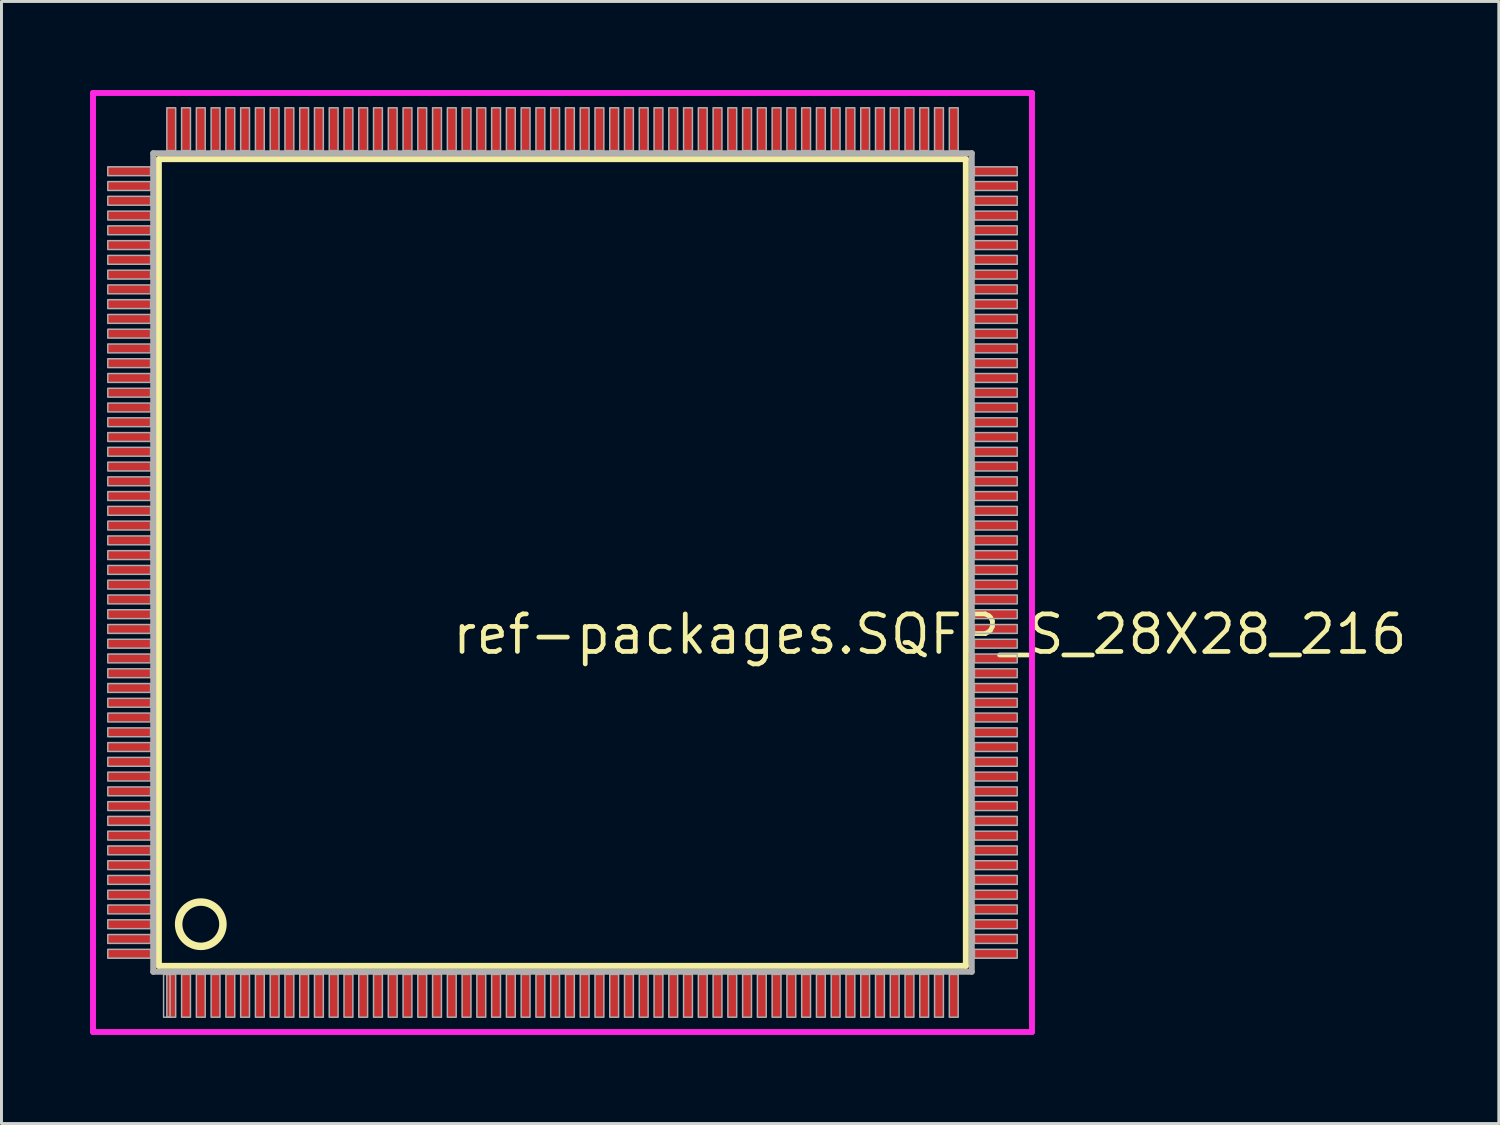
<source format=kicad_pcb>
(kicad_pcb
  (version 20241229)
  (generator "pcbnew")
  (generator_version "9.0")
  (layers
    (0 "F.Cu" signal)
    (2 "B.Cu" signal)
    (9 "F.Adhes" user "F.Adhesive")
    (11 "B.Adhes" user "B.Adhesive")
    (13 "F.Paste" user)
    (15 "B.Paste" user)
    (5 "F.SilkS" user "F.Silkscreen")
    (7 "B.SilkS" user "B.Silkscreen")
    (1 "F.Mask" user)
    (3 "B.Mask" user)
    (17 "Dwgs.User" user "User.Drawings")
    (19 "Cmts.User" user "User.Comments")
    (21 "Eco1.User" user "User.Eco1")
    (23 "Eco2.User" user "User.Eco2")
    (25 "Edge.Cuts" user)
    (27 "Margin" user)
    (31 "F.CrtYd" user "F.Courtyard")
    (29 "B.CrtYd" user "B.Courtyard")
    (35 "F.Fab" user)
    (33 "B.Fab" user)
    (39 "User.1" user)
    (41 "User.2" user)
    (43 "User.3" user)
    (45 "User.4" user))
  (footprint "ref-packages.SQFP_S_28X28_216"
    (layer "F.Cu")
    (at 16 16)
    (property "Reference" "ref-packages.SQFP_S_28X28_216" (at -3.81 3.175 0) (layer "F.SilkS") (effects (font (size 1.27 1.27) (thickness 0.16)) (justify left bottom)))
    (attr smd)
    (fp_line (start -13.67 -13.66) (end 13.66 -13.66) (stroke (width 0.203) (type default)) (layer "F.SilkS"))
    (fp_line (start -13.67 13.66) (end -13.67 -13.66) (stroke (width 0.203) (type default)) (layer "F.SilkS"))
    (fp_line (start 13.66 -13.66) (end 13.66 13.66) (stroke (width 0.203) (type default)) (layer "F.SilkS"))
    (fp_line (start 13.66 13.66) (end -13.67 13.66) (stroke (width 0.203) (type default)) (layer "F.SilkS"))
    (fp_circle (center -12.25 12.25) (end -11.5 12.25) (stroke (width 0.254) (type default)) (fill no) (layer "F.SilkS"))
    (fp_line (start -15.9 -15.9) (end 15.9 -15.9) (stroke (width 0.2) (type default)) (layer "F.CrtYd"))
    (fp_line (start -15.9 15.9) (end -15.9 -15.9) (stroke (width 0.2) (type default)) (layer "F.CrtYd"))
    (fp_line (start 15.9 -15.9) (end 15.9 15.9) (stroke (width 0.2) (type default)) (layer "F.CrtYd"))
    (fp_line (start 15.9 15.9) (end -15.9 15.9) (stroke (width 0.2) (type default)) (layer "F.CrtYd"))
    (fp_line (start -13.86 -13.86) (end -13.86 13.86) (stroke (width 0.203) (type default)) (layer "F.Fab"))
    (fp_line (start -13.86 13.86) (end 13.86 13.86) (stroke (width 0.203) (type default)) (layer "F.Fab"))
    (fp_line (start 13.86 -13.86) (end -13.86 -13.86) (stroke (width 0.203) (type default)) (layer "F.Fab"))
    (fp_line (start 13.86 13.86) (end 13.86 -13.86) (stroke (width 0.203) (type default)) (layer "F.Fab"))
    (fp_rect (start -15.4 -13.1) (end -13.95 -13.4) (stroke (width 0.05) (type default)) (fill no) (layer "F.Fab"))
    (fp_rect (start -15.4 -12.6) (end -13.95 -12.9) (stroke (width 0.05) (type default)) (fill no) (layer "F.Fab"))
    (fp_rect (start -15.4 -12.1) (end -13.95 -12.4) (stroke (width 0.05) (type default)) (fill no) (layer "F.Fab"))
    (fp_rect (start -15.4 -11.6) (end -13.95 -11.9) (stroke (width 0.05) (type default)) (fill no) (layer "F.Fab"))
    (fp_rect (start -15.4 -11.1) (end -13.95 -11.4) (stroke (width 0.05) (type default)) (fill no) (layer "F.Fab"))
    (fp_rect (start -15.4 -10.6) (end -13.95 -10.9) (stroke (width 0.05) (type default)) (fill no) (layer "F.Fab"))
    (fp_rect (start -15.4 -10.1) (end -13.95 -10.4) (stroke (width 0.05) (type default)) (fill no) (layer "F.Fab"))
    (fp_rect (start -15.4 -9.6) (end -13.95 -9.9) (stroke (width 0.05) (type default)) (fill no) (layer "F.Fab"))
    (fp_rect (start -15.4 -9.1) (end -13.95 -9.4) (stroke (width 0.05) (type default)) (fill no) (layer "F.Fab"))
    (fp_rect (start -15.4 -8.6) (end -13.95 -8.9) (stroke (width 0.05) (type default)) (fill no) (layer "F.Fab"))
    (fp_rect (start -15.4 -8.1) (end -13.95 -8.4) (stroke (width 0.05) (type default)) (fill no) (layer "F.Fab"))
    (fp_rect (start -15.4 -7.6) (end -13.95 -7.9) (stroke (width 0.05) (type default)) (fill no) (layer "F.Fab"))
    (fp_rect (start -15.4 -7.1) (end -13.95 -7.4) (stroke (width 0.05) (type default)) (fill no) (layer "F.Fab"))
    (fp_rect (start -15.4 -6.6) (end -13.95 -6.9) (stroke (width 0.05) (type default)) (fill no) (layer "F.Fab"))
    (fp_rect (start -15.4 -6.1) (end -13.95 -6.4) (stroke (width 0.05) (type default)) (fill no) (layer "F.Fab"))
    (fp_rect (start -15.4 -5.6) (end -13.95 -5.9) (stroke (width 0.05) (type default)) (fill no) (layer "F.Fab"))
    (fp_rect (start -15.4 -5.1) (end -13.95 -5.4) (stroke (width 0.05) (type default)) (fill no) (layer "F.Fab"))
    (fp_rect (start -15.4 -4.6) (end -13.95 -4.9) (stroke (width 0.05) (type default)) (fill no) (layer "F.Fab"))
    (fp_rect (start -15.4 -4.1) (end -13.95 -4.4) (stroke (width 0.05) (type default)) (fill no) (layer "F.Fab"))
    (fp_rect (start -15.4 -3.6) (end -13.95 -3.9) (stroke (width 0.05) (type default)) (fill no) (layer "F.Fab"))
    (fp_rect (start -15.4 -3.1) (end -13.95 -3.4) (stroke (width 0.05) (type default)) (fill no) (layer "F.Fab"))
    (fp_rect (start -15.4 -2.6) (end -13.95 -2.9) (stroke (width 0.05) (type default)) (fill no) (layer "F.Fab"))
    (fp_rect (start -15.4 -2.1) (end -13.95 -2.4) (stroke (width 0.05) (type default)) (fill no) (layer "F.Fab"))
    (fp_rect (start -15.4 -1.6) (end -13.95 -1.9) (stroke (width 0.05) (type default)) (fill no) (layer "F.Fab"))
    (fp_rect (start -15.4 -1.1) (end -13.95 -1.4) (stroke (width 0.05) (type default)) (fill no) (layer "F.Fab"))
    (fp_rect (start -15.4 -0.6) (end -13.95 -0.9) (stroke (width 0.05) (type default)) (fill no) (layer "F.Fab"))
    (fp_rect (start -15.4 -0.1) (end -13.95 -0.4) (stroke (width 0.05) (type default)) (fill no) (layer "F.Fab"))
    (fp_rect (start -15.4 0.4) (end -13.95 0.1) (stroke (width 0.05) (type default)) (fill no) (layer "F.Fab"))
    (fp_rect (start -15.4 0.9) (end -13.95 0.6) (stroke (width 0.05) (type default)) (fill no) (layer "F.Fab"))
    (fp_rect (start -15.4 1.4) (end -13.95 1.1) (stroke (width 0.05) (type default)) (fill no) (layer "F.Fab"))
    (fp_rect (start -15.4 1.9) (end -13.95 1.6) (stroke (width 0.05) (type default)) (fill no) (layer "F.Fab"))
    (fp_rect (start -15.4 2.4) (end -13.95 2.1) (stroke (width 0.05) (type default)) (fill no) (layer "F.Fab"))
    (fp_rect (start -15.4 2.9) (end -13.95 2.6) (stroke (width 0.05) (type default)) (fill no) (layer "F.Fab"))
    (fp_rect (start -15.4 3.4) (end -13.95 3.1) (stroke (width 0.05) (type default)) (fill no) (layer "F.Fab"))
    (fp_rect (start -15.4 3.9) (end -13.95 3.6) (stroke (width 0.05) (type default)) (fill no) (layer "F.Fab"))
    (fp_rect (start -15.4 4.4) (end -13.95 4.1) (stroke (width 0.05) (type default)) (fill no) (layer "F.Fab"))
    (fp_rect (start -15.4 4.9) (end -13.95 4.6) (stroke (width 0.05) (type default)) (fill no) (layer "F.Fab"))
    (fp_rect (start -15.4 5.4) (end -13.95 5.1) (stroke (width 0.05) (type default)) (fill no) (layer "F.Fab"))
    (fp_rect (start -15.4 5.9) (end -13.95 5.6) (stroke (width 0.05) (type default)) (fill no) (layer "F.Fab"))
    (fp_rect (start -15.4 6.4) (end -13.95 6.1) (stroke (width 0.05) (type default)) (fill no) (layer "F.Fab"))
    (fp_rect (start -15.4 6.9) (end -13.95 6.6) (stroke (width 0.05) (type default)) (fill no) (layer "F.Fab"))
    (fp_rect (start -15.4 7.4) (end -13.95 7.1) (stroke (width 0.05) (type default)) (fill no) (layer "F.Fab"))
    (fp_rect (start -15.4 7.9) (end -13.95 7.6) (stroke (width 0.05) (type default)) (fill no) (layer "F.Fab"))
    (fp_rect (start -15.4 8.4) (end -13.95 8.1) (stroke (width 0.05) (type default)) (fill no) (layer "F.Fab"))
    (fp_rect (start -15.4 8.9) (end -13.95 8.6) (stroke (width 0.05) (type default)) (fill no) (layer "F.Fab"))
    (fp_rect (start -15.4 9.4) (end -13.95 9.1) (stroke (width 0.05) (type default)) (fill no) (layer "F.Fab"))
    (fp_rect (start -15.4 9.9) (end -13.95 9.6) (stroke (width 0.05) (type default)) (fill no) (layer "F.Fab"))
    (fp_rect (start -15.4 10.4) (end -13.95 10.1) (stroke (width 0.05) (type default)) (fill no) (layer "F.Fab"))
    (fp_rect (start -15.4 10.9) (end -13.95 10.6) (stroke (width 0.05) (type default)) (fill no) (layer "F.Fab"))
    (fp_rect (start -15.4 11.4) (end -13.95 11.1) (stroke (width 0.05) (type default)) (fill no) (layer "F.Fab"))
    (fp_rect (start -15.4 11.9) (end -13.95 11.6) (stroke (width 0.05) (type default)) (fill no) (layer "F.Fab"))
    (fp_rect (start -15.4 12.4) (end -13.95 12.1) (stroke (width 0.05) (type default)) (fill no) (layer "F.Fab"))
    (fp_rect (start -15.4 12.9) (end -13.95 12.6) (stroke (width 0.05) (type default)) (fill no) (layer "F.Fab"))
    (fp_rect (start -15.4 13.4) (end -13.95 13.1) (stroke (width 0.05) (type default)) (fill no) (layer "F.Fab"))
    (fp_rect (start -13.51 15.4) (end -13.29 13.95) (stroke (width 0.05) (type default)) (fill no) (layer "F.Fab"))
    (fp_rect (start -13.4 -13.95) (end -13.1 -15.4) (stroke (width 0.05) (type default)) (fill no) (layer "F.Fab"))
    (fp_rect (start -13.4 15.4) (end -13.1 13.95) (stroke (width 0.05) (type default)) (fill no) (layer "F.Fab"))
    (fp_rect (start -12.9 -13.95) (end -12.6 -15.4) (stroke (width 0.05) (type default)) (fill no) (layer "F.Fab"))
    (fp_rect (start -12.9 15.4) (end -12.6 13.95) (stroke (width 0.05) (type default)) (fill no) (layer "F.Fab"))
    (fp_rect (start -12.4 -13.95) (end -12.1 -15.4) (stroke (width 0.05) (type default)) (fill no) (layer "F.Fab"))
    (fp_rect (start -12.4 15.4) (end -12.1 13.95) (stroke (width 0.05) (type default)) (fill no) (layer "F.Fab"))
    (fp_rect (start -11.9 -13.95) (end -11.6 -15.4) (stroke (width 0.05) (type default)) (fill no) (layer "F.Fab"))
    (fp_rect (start -11.9 15.4) (end -11.6 13.95) (stroke (width 0.05) (type default)) (fill no) (layer "F.Fab"))
    (fp_rect (start -11.4 -13.95) (end -11.1 -15.4) (stroke (width 0.05) (type default)) (fill no) (layer "F.Fab"))
    (fp_rect (start -11.4 15.4) (end -11.1 13.95) (stroke (width 0.05) (type default)) (fill no) (layer "F.Fab"))
    (fp_rect (start -10.9 -13.95) (end -10.6 -15.4) (stroke (width 0.05) (type default)) (fill no) (layer "F.Fab"))
    (fp_rect (start -10.9 15.4) (end -10.6 13.95) (stroke (width 0.05) (type default)) (fill no) (layer "F.Fab"))
    (fp_rect (start -10.4 -13.95) (end -10.1 -15.4) (stroke (width 0.05) (type default)) (fill no) (layer "F.Fab"))
    (fp_rect (start -10.4 15.4) (end -10.1 13.95) (stroke (width 0.05) (type default)) (fill no) (layer "F.Fab"))
    (fp_rect (start -9.9 -13.95) (end -9.6 -15.4) (stroke (width 0.05) (type default)) (fill no) (layer "F.Fab"))
    (fp_rect (start -9.9 15.4) (end -9.6 13.95) (stroke (width 0.05) (type default)) (fill no) (layer "F.Fab"))
    (fp_rect (start -9.4 -13.95) (end -9.1 -15.4) (stroke (width 0.05) (type default)) (fill no) (layer "F.Fab"))
    (fp_rect (start -9.4 15.4) (end -9.1 13.95) (stroke (width 0.05) (type default)) (fill no) (layer "F.Fab"))
    (fp_rect (start -8.9 -13.95) (end -8.6 -15.4) (stroke (width 0.05) (type default)) (fill no) (layer "F.Fab"))
    (fp_rect (start -8.9 15.4) (end -8.6 13.95) (stroke (width 0.05) (type default)) (fill no) (layer "F.Fab"))
    (fp_rect (start -8.4 -13.95) (end -8.1 -15.4) (stroke (width 0.05) (type default)) (fill no) (layer "F.Fab"))
    (fp_rect (start -8.4 15.4) (end -8.1 13.95) (stroke (width 0.05) (type default)) (fill no) (layer "F.Fab"))
    (fp_rect (start -7.9 -13.95) (end -7.6 -15.4) (stroke (width 0.05) (type default)) (fill no) (layer "F.Fab"))
    (fp_rect (start -7.9 15.4) (end -7.6 13.95) (stroke (width 0.05) (type default)) (fill no) (layer "F.Fab"))
    (fp_rect (start -7.4 -13.95) (end -7.1 -15.4) (stroke (width 0.05) (type default)) (fill no) (layer "F.Fab"))
    (fp_rect (start -7.4 15.4) (end -7.1 13.95) (stroke (width 0.05) (type default)) (fill no) (layer "F.Fab"))
    (fp_rect (start -6.9 -13.95) (end -6.6 -15.4) (stroke (width 0.05) (type default)) (fill no) (layer "F.Fab"))
    (fp_rect (start -6.9 15.4) (end -6.6 13.95) (stroke (width 0.05) (type default)) (fill no) (layer "F.Fab"))
    (fp_rect (start -6.4 -13.95) (end -6.1 -15.4) (stroke (width 0.05) (type default)) (fill no) (layer "F.Fab"))
    (fp_rect (start -6.4 15.4) (end -6.1 13.95) (stroke (width 0.05) (type default)) (fill no) (layer "F.Fab"))
    (fp_rect (start -5.9 -13.95) (end -5.6 -15.4) (stroke (width 0.05) (type default)) (fill no) (layer "F.Fab"))
    (fp_rect (start -5.9 15.4) (end -5.6 13.95) (stroke (width 0.05) (type default)) (fill no) (layer "F.Fab"))
    (fp_rect (start -5.4 -13.95) (end -5.1 -15.4) (stroke (width 0.05) (type default)) (fill no) (layer "F.Fab"))
    (fp_rect (start -5.4 15.4) (end -5.1 13.95) (stroke (width 0.05) (type default)) (fill no) (layer "F.Fab"))
    (fp_rect (start -4.9 -13.95) (end -4.6 -15.4) (stroke (width 0.05) (type default)) (fill no) (layer "F.Fab"))
    (fp_rect (start -4.9 15.4) (end -4.6 13.95) (stroke (width 0.05) (type default)) (fill no) (layer "F.Fab"))
    (fp_rect (start -4.4 -13.95) (end -4.1 -15.4) (stroke (width 0.05) (type default)) (fill no) (layer "F.Fab"))
    (fp_rect (start -4.4 15.4) (end -4.1 13.95) (stroke (width 0.05) (type default)) (fill no) (layer "F.Fab"))
    (fp_rect (start -3.9 -13.95) (end -3.6 -15.4) (stroke (width 0.05) (type default)) (fill no) (layer "F.Fab"))
    (fp_rect (start -3.9 15.4) (end -3.6 13.95) (stroke (width 0.05) (type default)) (fill no) (layer "F.Fab"))
    (fp_rect (start -3.4 -13.95) (end -3.1 -15.4) (stroke (width 0.05) (type default)) (fill no) (layer "F.Fab"))
    (fp_rect (start -3.4 15.4) (end -3.1 13.95) (stroke (width 0.05) (type default)) (fill no) (layer "F.Fab"))
    (fp_rect (start -2.9 -13.95) (end -2.6 -15.4) (stroke (width 0.05) (type default)) (fill no) (layer "F.Fab"))
    (fp_rect (start -2.9 15.4) (end -2.6 13.95) (stroke (width 0.05) (type default)) (fill no) (layer "F.Fab"))
    (fp_rect (start -2.4 -13.95) (end -2.1 -15.4) (stroke (width 0.05) (type default)) (fill no) (layer "F.Fab"))
    (fp_rect (start -2.4 15.4) (end -2.1 13.95) (stroke (width 0.05) (type default)) (fill no) (layer "F.Fab"))
    (fp_rect (start -1.9 -13.95) (end -1.6 -15.4) (stroke (width 0.05) (type default)) (fill no) (layer "F.Fab"))
    (fp_rect (start -1.9 15.4) (end -1.6 13.95) (stroke (width 0.05) (type default)) (fill no) (layer "F.Fab"))
    (fp_rect (start -1.4 -13.95) (end -1.1 -15.4) (stroke (width 0.05) (type default)) (fill no) (layer "F.Fab"))
    (fp_rect (start -1.4 15.4) (end -1.1 13.95) (stroke (width 0.05) (type default)) (fill no) (layer "F.Fab"))
    (fp_rect (start -0.9 -13.95) (end -0.6 -15.4) (stroke (width 0.05) (type default)) (fill no) (layer "F.Fab"))
    (fp_rect (start -0.9 15.4) (end -0.6 13.95) (stroke (width 0.05) (type default)) (fill no) (layer "F.Fab"))
    (fp_rect (start -0.4 -13.95) (end -0.1 -15.4) (stroke (width 0.05) (type default)) (fill no) (layer "F.Fab"))
    (fp_rect (start -0.4 15.4) (end -0.1 13.95) (stroke (width 0.05) (type default)) (fill no) (layer "F.Fab"))
    (fp_rect (start 0.1 -13.95) (end 0.4 -15.4) (stroke (width 0.05) (type default)) (fill no) (layer "F.Fab"))
    (fp_rect (start 0.1 15.4) (end 0.4 13.95) (stroke (width 0.05) (type default)) (fill no) (layer "F.Fab"))
    (fp_rect (start 0.6 -13.95) (end 0.9 -15.4) (stroke (width 0.05) (type default)) (fill no) (layer "F.Fab"))
    (fp_rect (start 0.6 15.4) (end 0.9 13.95) (stroke (width 0.05) (type default)) (fill no) (layer "F.Fab"))
    (fp_rect (start 1.1 -13.95) (end 1.4 -15.4) (stroke (width 0.05) (type default)) (fill no) (layer "F.Fab"))
    (fp_rect (start 1.1 15.4) (end 1.4 13.95) (stroke (width 0.05) (type default)) (fill no) (layer "F.Fab"))
    (fp_rect (start 1.6 -13.95) (end 1.9 -15.4) (stroke (width 0.05) (type default)) (fill no) (layer "F.Fab"))
    (fp_rect (start 1.6 15.4) (end 1.9 13.95) (stroke (width 0.05) (type default)) (fill no) (layer "F.Fab"))
    (fp_rect (start 2.1 -13.95) (end 2.4 -15.4) (stroke (width 0.05) (type default)) (fill no) (layer "F.Fab"))
    (fp_rect (start 2.1 15.4) (end 2.4 13.95) (stroke (width 0.05) (type default)) (fill no) (layer "F.Fab"))
    (fp_rect (start 2.6 -13.95) (end 2.9 -15.4) (stroke (width 0.05) (type default)) (fill no) (layer "F.Fab"))
    (fp_rect (start 2.6 15.4) (end 2.9 13.95) (stroke (width 0.05) (type default)) (fill no) (layer "F.Fab"))
    (fp_rect (start 3.1 -13.95) (end 3.4 -15.4) (stroke (width 0.05) (type default)) (fill no) (layer "F.Fab"))
    (fp_rect (start 3.1 15.4) (end 3.4 13.95) (stroke (width 0.05) (type default)) (fill no) (layer "F.Fab"))
    (fp_rect (start 3.6 -13.95) (end 3.9 -15.4) (stroke (width 0.05) (type default)) (fill no) (layer "F.Fab"))
    (fp_rect (start 3.6 15.4) (end 3.9 13.95) (stroke (width 0.05) (type default)) (fill no) (layer "F.Fab"))
    (fp_rect (start 4.1 -13.95) (end 4.4 -15.4) (stroke (width 0.05) (type default)) (fill no) (layer "F.Fab"))
    (fp_rect (start 4.1 15.4) (end 4.4 13.95) (stroke (width 0.05) (type default)) (fill no) (layer "F.Fab"))
    (fp_rect (start 4.6 -13.95) (end 4.9 -15.4) (stroke (width 0.05) (type default)) (fill no) (layer "F.Fab"))
    (fp_rect (start 4.6 15.4) (end 4.9 13.95) (stroke (width 0.05) (type default)) (fill no) (layer "F.Fab"))
    (fp_rect (start 5.1 -13.95) (end 5.4 -15.4) (stroke (width 0.05) (type default)) (fill no) (layer "F.Fab"))
    (fp_rect (start 5.1 15.4) (end 5.4 13.95) (stroke (width 0.05) (type default)) (fill no) (layer "F.Fab"))
    (fp_rect (start 5.6 -13.95) (end 5.9 -15.4) (stroke (width 0.05) (type default)) (fill no) (layer "F.Fab"))
    (fp_rect (start 5.6 15.4) (end 5.9 13.95) (stroke (width 0.05) (type default)) (fill no) (layer "F.Fab"))
    (fp_rect (start 6.1 -13.95) (end 6.4 -15.4) (stroke (width 0.05) (type default)) (fill no) (layer "F.Fab"))
    (fp_rect (start 6.1 15.4) (end 6.4 13.95) (stroke (width 0.05) (type default)) (fill no) (layer "F.Fab"))
    (fp_rect (start 6.6 -13.95) (end 6.9 -15.4) (stroke (width 0.05) (type default)) (fill no) (layer "F.Fab"))
    (fp_rect (start 6.6 15.4) (end 6.9 13.95) (stroke (width 0.05) (type default)) (fill no) (layer "F.Fab"))
    (fp_rect (start 7.1 -13.95) (end 7.4 -15.4) (stroke (width 0.05) (type default)) (fill no) (layer "F.Fab"))
    (fp_rect (start 7.1 15.4) (end 7.4 13.95) (stroke (width 0.05) (type default)) (fill no) (layer "F.Fab"))
    (fp_rect (start 7.6 -13.95) (end 7.9 -15.4) (stroke (width 0.05) (type default)) (fill no) (layer "F.Fab"))
    (fp_rect (start 7.6 15.4) (end 7.9 13.95) (stroke (width 0.05) (type default)) (fill no) (layer "F.Fab"))
    (fp_rect (start 8.1 -13.95) (end 8.4 -15.4) (stroke (width 0.05) (type default)) (fill no) (layer "F.Fab"))
    (fp_rect (start 8.1 15.4) (end 8.4 13.95) (stroke (width 0.05) (type default)) (fill no) (layer "F.Fab"))
    (fp_rect (start 8.6 -13.95) (end 8.9 -15.4) (stroke (width 0.05) (type default)) (fill no) (layer "F.Fab"))
    (fp_rect (start 8.6 15.4) (end 8.9 13.95) (stroke (width 0.05) (type default)) (fill no) (layer "F.Fab"))
    (fp_rect (start 9.1 -13.95) (end 9.4 -15.4) (stroke (width 0.05) (type default)) (fill no) (layer "F.Fab"))
    (fp_rect (start 9.1 15.4) (end 9.4 13.95) (stroke (width 0.05) (type default)) (fill no) (layer "F.Fab"))
    (fp_rect (start 9.6 -13.95) (end 9.9 -15.4) (stroke (width 0.05) (type default)) (fill no) (layer "F.Fab"))
    (fp_rect (start 9.6 15.4) (end 9.9 13.95) (stroke (width 0.05) (type default)) (fill no) (layer "F.Fab"))
    (fp_rect (start 10.1 -13.95) (end 10.4 -15.4) (stroke (width 0.05) (type default)) (fill no) (layer "F.Fab"))
    (fp_rect (start 10.1 15.4) (end 10.4 13.95) (stroke (width 0.05) (type default)) (fill no) (layer "F.Fab"))
    (fp_rect (start 10.6 -13.95) (end 10.9 -15.4) (stroke (width 0.05) (type default)) (fill no) (layer "F.Fab"))
    (fp_rect (start 10.6 15.4) (end 10.9 13.95) (stroke (width 0.05) (type default)) (fill no) (layer "F.Fab"))
    (fp_rect (start 11.1 -13.95) (end 11.4 -15.4) (stroke (width 0.05) (type default)) (fill no) (layer "F.Fab"))
    (fp_rect (start 11.1 15.4) (end 11.4 13.95) (stroke (width 0.05) (type default)) (fill no) (layer "F.Fab"))
    (fp_rect (start 11.6 -13.95) (end 11.9 -15.4) (stroke (width 0.05) (type default)) (fill no) (layer "F.Fab"))
    (fp_rect (start 11.6 15.4) (end 11.9 13.95) (stroke (width 0.05) (type default)) (fill no) (layer "F.Fab"))
    (fp_rect (start 12.1 -13.95) (end 12.4 -15.4) (stroke (width 0.05) (type default)) (fill no) (layer "F.Fab"))
    (fp_rect (start 12.1 15.4) (end 12.4 13.95) (stroke (width 0.05) (type default)) (fill no) (layer "F.Fab"))
    (fp_rect (start 12.6 -13.95) (end 12.9 -15.4) (stroke (width 0.05) (type default)) (fill no) (layer "F.Fab"))
    (fp_rect (start 12.6 15.4) (end 12.9 13.95) (stroke (width 0.05) (type default)) (fill no) (layer "F.Fab"))
    (fp_rect (start 13.1 -13.95) (end 13.4 -15.4) (stroke (width 0.05) (type default)) (fill no) (layer "F.Fab"))
    (fp_rect (start 13.1 15.4) (end 13.4 13.95) (stroke (width 0.05) (type default)) (fill no) (layer "F.Fab"))
    (fp_rect (start 13.95 -13.1) (end 15.4 -13.4) (stroke (width 0.05) (type default)) (fill no) (layer "F.Fab"))
    (fp_rect (start 13.95 -12.6) (end 15.4 -12.9) (stroke (width 0.05) (type default)) (fill no) (layer "F.Fab"))
    (fp_rect (start 13.95 -12.1) (end 15.4 -12.4) (stroke (width 0.05) (type default)) (fill no) (layer "F.Fab"))
    (fp_rect (start 13.95 -11.6) (end 15.4 -11.9) (stroke (width 0.05) (type default)) (fill no) (layer "F.Fab"))
    (fp_rect (start 13.95 -11.1) (end 15.4 -11.4) (stroke (width 0.05) (type default)) (fill no) (layer "F.Fab"))
    (fp_rect (start 13.95 -10.6) (end 15.4 -10.9) (stroke (width 0.05) (type default)) (fill no) (layer "F.Fab"))
    (fp_rect (start 13.95 -10.1) (end 15.4 -10.4) (stroke (width 0.05) (type default)) (fill no) (layer "F.Fab"))
    (fp_rect (start 13.95 -9.6) (end 15.4 -9.9) (stroke (width 0.05) (type default)) (fill no) (layer "F.Fab"))
    (fp_rect (start 13.95 -9.1) (end 15.4 -9.4) (stroke (width 0.05) (type default)) (fill no) (layer "F.Fab"))
    (fp_rect (start 13.95 -8.6) (end 15.4 -8.9) (stroke (width 0.05) (type default)) (fill no) (layer "F.Fab"))
    (fp_rect (start 13.95 -8.1) (end 15.4 -8.4) (stroke (width 0.05) (type default)) (fill no) (layer "F.Fab"))
    (fp_rect (start 13.95 -7.6) (end 15.4 -7.9) (stroke (width 0.05) (type default)) (fill no) (layer "F.Fab"))
    (fp_rect (start 13.95 -7.1) (end 15.4 -7.4) (stroke (width 0.05) (type default)) (fill no) (layer "F.Fab"))
    (fp_rect (start 13.95 -6.6) (end 15.4 -6.9) (stroke (width 0.05) (type default)) (fill no) (layer "F.Fab"))
    (fp_rect (start 13.95 -6.1) (end 15.4 -6.4) (stroke (width 0.05) (type default)) (fill no) (layer "F.Fab"))
    (fp_rect (start 13.95 -5.6) (end 15.4 -5.9) (stroke (width 0.05) (type default)) (fill no) (layer "F.Fab"))
    (fp_rect (start 13.95 -5.1) (end 15.4 -5.4) (stroke (width 0.05) (type default)) (fill no) (layer "F.Fab"))
    (fp_rect (start 13.95 -4.6) (end 15.4 -4.9) (stroke (width 0.05) (type default)) (fill no) (layer "F.Fab"))
    (fp_rect (start 13.95 -4.1) (end 15.4 -4.4) (stroke (width 0.05) (type default)) (fill no) (layer "F.Fab"))
    (fp_rect (start 13.95 -3.6) (end 15.4 -3.9) (stroke (width 0.05) (type default)) (fill no) (layer "F.Fab"))
    (fp_rect (start 13.95 -3.1) (end 15.4 -3.4) (stroke (width 0.05) (type default)) (fill no) (layer "F.Fab"))
    (fp_rect (start 13.95 -2.6) (end 15.4 -2.9) (stroke (width 0.05) (type default)) (fill no) (layer "F.Fab"))
    (fp_rect (start 13.95 -2.1) (end 15.4 -2.4) (stroke (width 0.05) (type default)) (fill no) (layer "F.Fab"))
    (fp_rect (start 13.95 -1.6) (end 15.4 -1.9) (stroke (width 0.05) (type default)) (fill no) (layer "F.Fab"))
    (fp_rect (start 13.95 -1.1) (end 15.4 -1.4) (stroke (width 0.05) (type default)) (fill no) (layer "F.Fab"))
    (fp_rect (start 13.95 -0.6) (end 15.4 -0.9) (stroke (width 0.05) (type default)) (fill no) (layer "F.Fab"))
    (fp_rect (start 13.95 -0.1) (end 15.4 -0.4) (stroke (width 0.05) (type default)) (fill no) (layer "F.Fab"))
    (fp_rect (start 13.95 0.4) (end 15.4 0.1) (stroke (width 0.05) (type default)) (fill no) (layer "F.Fab"))
    (fp_rect (start 13.95 0.9) (end 15.4 0.6) (stroke (width 0.05) (type default)) (fill no) (layer "F.Fab"))
    (fp_rect (start 13.95 1.4) (end 15.4 1.1) (stroke (width 0.05) (type default)) (fill no) (layer "F.Fab"))
    (fp_rect (start 13.95 1.9) (end 15.4 1.6) (stroke (width 0.05) (type default)) (fill no) (layer "F.Fab"))
    (fp_rect (start 13.95 2.4) (end 15.4 2.1) (stroke (width 0.05) (type default)) (fill no) (layer "F.Fab"))
    (fp_rect (start 13.95 2.9) (end 15.4 2.6) (stroke (width 0.05) (type default)) (fill no) (layer "F.Fab"))
    (fp_rect (start 13.95 3.4) (end 15.4 3.1) (stroke (width 0.05) (type default)) (fill no) (layer "F.Fab"))
    (fp_rect (start 13.95 3.9) (end 15.4 3.6) (stroke (width 0.05) (type default)) (fill no) (layer "F.Fab"))
    (fp_rect (start 13.95 4.4) (end 15.4 4.1) (stroke (width 0.05) (type default)) (fill no) (layer "F.Fab"))
    (fp_rect (start 13.95 4.9) (end 15.4 4.6) (stroke (width 0.05) (type default)) (fill no) (layer "F.Fab"))
    (fp_rect (start 13.95 5.4) (end 15.4 5.1) (stroke (width 0.05) (type default)) (fill no) (layer "F.Fab"))
    (fp_rect (start 13.95 5.9) (end 15.4 5.6) (stroke (width 0.05) (type default)) (fill no) (layer "F.Fab"))
    (fp_rect (start 13.95 6.4) (end 15.4 6.1) (stroke (width 0.05) (type default)) (fill no) (layer "F.Fab"))
    (fp_rect (start 13.95 6.9) (end 15.4 6.6) (stroke (width 0.05) (type default)) (fill no) (layer "F.Fab"))
    (fp_rect (start 13.95 7.4) (end 15.4 7.1) (stroke (width 0.05) (type default)) (fill no) (layer "F.Fab"))
    (fp_rect (start 13.95 7.9) (end 15.4 7.6) (stroke (width 0.05) (type default)) (fill no) (layer "F.Fab"))
    (fp_rect (start 13.95 8.4) (end 15.4 8.1) (stroke (width 0.05) (type default)) (fill no) (layer "F.Fab"))
    (fp_rect (start 13.95 8.9) (end 15.4 8.6) (stroke (width 0.05) (type default)) (fill no) (layer "F.Fab"))
    (fp_rect (start 13.95 9.4) (end 15.4 9.1) (stroke (width 0.05) (type default)) (fill no) (layer "F.Fab"))
    (fp_rect (start 13.95 9.9) (end 15.4 9.6) (stroke (width 0.05) (type default)) (fill no) (layer "F.Fab"))
    (fp_rect (start 13.95 10.4) (end 15.4 10.1) (stroke (width 0.05) (type default)) (fill no) (layer "F.Fab"))
    (fp_rect (start 13.95 10.9) (end 15.4 10.6) (stroke (width 0.05) (type default)) (fill no) (layer "F.Fab"))
    (fp_rect (start 13.95 11.4) (end 15.4 11.1) (stroke (width 0.05) (type default)) (fill no) (layer "F.Fab"))
    (fp_rect (start 13.95 11.9) (end 15.4 11.6) (stroke (width 0.05) (type default)) (fill no) (layer "F.Fab"))
    (fp_rect (start 13.95 12.4) (end 15.4 12.1) (stroke (width 0.05) (type default)) (fill no) (layer "F.Fab"))
    (fp_rect (start 13.95 12.9) (end 15.4 12.6) (stroke (width 0.05) (type default)) (fill no) (layer "F.Fab"))
    (fp_rect (start 13.95 13.4) (end 15.4 13.1) (stroke (width 0.05) (type default)) (fill no) (layer "F.Fab"))
    (pad "1" smd roundrect (at -13.25 14.6) (size 0.3 1.6) (layers "F.Cu" "F.Mask" "F.Paste") (roundrect_rratio 0.01))
    (pad "2" smd roundrect (at -12.75 14.6) (size 0.3 1.6) (layers "F.Cu" "F.Mask" "F.Paste") (roundrect_rratio 0.01))
    (pad "3" smd roundrect (at -12.25 14.6) (size 0.3 1.6) (layers "F.Cu" "F.Mask" "F.Paste") (roundrect_rratio 0.01))
    (pad "4" smd roundrect (at -11.75 14.6) (size 0.3 1.6) (layers "F.Cu" "F.Mask" "F.Paste") (roundrect_rratio 0.01))
    (pad "5" smd roundrect (at -11.25 14.6) (size 0.3 1.6) (layers "F.Cu" "F.Mask" "F.Paste") (roundrect_rratio 0.01))
    (pad "6" smd roundrect (at -10.75 14.6) (size 0.3 1.6) (layers "F.Cu" "F.Mask" "F.Paste") (roundrect_rratio 0.01))
    (pad "7" smd roundrect (at -10.25 14.6) (size 0.3 1.6) (layers "F.Cu" "F.Mask" "F.Paste") (roundrect_rratio 0.01))
    (pad "8" smd roundrect (at -9.75 14.6) (size 0.3 1.6) (layers "F.Cu" "F.Mask" "F.Paste") (roundrect_rratio 0.01))
    (pad "9" smd roundrect (at -9.25 14.6) (size 0.3 1.6) (layers "F.Cu" "F.Mask" "F.Paste") (roundrect_rratio 0.01))
    (pad "10" smd roundrect (at -8.75 14.6) (size 0.3 1.6) (layers "F.Cu" "F.Mask" "F.Paste") (roundrect_rratio 0.01))
    (pad "11" smd roundrect (at -8.25 14.6) (size 0.3 1.6) (layers "F.Cu" "F.Mask" "F.Paste") (roundrect_rratio 0.01))
    (pad "12" smd roundrect (at -7.75 14.6) (size 0.3 1.6) (layers "F.Cu" "F.Mask" "F.Paste") (roundrect_rratio 0.01))
    (pad "13" smd roundrect (at -7.25 14.6) (size 0.3 1.6) (layers "F.Cu" "F.Mask" "F.Paste") (roundrect_rratio 0.01))
    (pad "14" smd roundrect (at -6.75 14.6) (size 0.3 1.6) (layers "F.Cu" "F.Mask" "F.Paste") (roundrect_rratio 0.01))
    (pad "15" smd roundrect (at -6.25 14.6) (size 0.3 1.6) (layers "F.Cu" "F.Mask" "F.Paste") (roundrect_rratio 0.01))
    (pad "16" smd roundrect (at -5.75 14.6) (size 0.3 1.6) (layers "F.Cu" "F.Mask" "F.Paste") (roundrect_rratio 0.01))
    (pad "17" smd roundrect (at -5.25 14.6) (size 0.3 1.6) (layers "F.Cu" "F.Mask" "F.Paste") (roundrect_rratio 0.01))
    (pad "18" smd roundrect (at -4.75 14.6) (size 0.3 1.6) (layers "F.Cu" "F.Mask" "F.Paste") (roundrect_rratio 0.01))
    (pad "19" smd roundrect (at -4.25 14.6) (size 0.3 1.6) (layers "F.Cu" "F.Mask" "F.Paste") (roundrect_rratio 0.01))
    (pad "20" smd roundrect (at -3.75 14.6) (size 0.3 1.6) (layers "F.Cu" "F.Mask" "F.Paste") (roundrect_rratio 0.01))
    (pad "21" smd roundrect (at -3.25 14.6) (size 0.3 1.6) (layers "F.Cu" "F.Mask" "F.Paste") (roundrect_rratio 0.01))
    (pad "22" smd roundrect (at -2.75 14.6) (size 0.3 1.6) (layers "F.Cu" "F.Mask" "F.Paste") (roundrect_rratio 0.01))
    (pad "23" smd roundrect (at -2.25 14.6) (size 0.3 1.6) (layers "F.Cu" "F.Mask" "F.Paste") (roundrect_rratio 0.01))
    (pad "24" smd roundrect (at -1.75 14.6) (size 0.3 1.6) (layers "F.Cu" "F.Mask" "F.Paste") (roundrect_rratio 0.01))
    (pad "25" smd roundrect (at -1.25 14.6) (size 0.3 1.6) (layers "F.Cu" "F.Mask" "F.Paste") (roundrect_rratio 0.01))
    (pad "26" smd roundrect (at -0.75 14.6) (size 0.3 1.6) (layers "F.Cu" "F.Mask" "F.Paste") (roundrect_rratio 0.01))
    (pad "27" smd roundrect (at -0.25 14.6) (size 0.3 1.6) (layers "F.Cu" "F.Mask" "F.Paste") (roundrect_rratio 0.01))
    (pad "28" smd roundrect (at 0.25 14.6) (size 0.3 1.6) (layers "F.Cu" "F.Mask" "F.Paste") (roundrect_rratio 0.01))
    (pad "29" smd roundrect (at 0.75 14.6) (size 0.3 1.6) (layers "F.Cu" "F.Mask" "F.Paste") (roundrect_rratio 0.01))
    (pad "30" smd roundrect (at 1.25 14.6) (size 0.3 1.6) (layers "F.Cu" "F.Mask" "F.Paste") (roundrect_rratio 0.01))
    (pad "31" smd roundrect (at 1.75 14.6) (size 0.3 1.6) (layers "F.Cu" "F.Mask" "F.Paste") (roundrect_rratio 0.01))
    (pad "32" smd roundrect (at 2.25 14.6) (size 0.3 1.6) (layers "F.Cu" "F.Mask" "F.Paste") (roundrect_rratio 0.01))
    (pad "33" smd roundrect (at 2.75 14.6) (size 0.3 1.6) (layers "F.Cu" "F.Mask" "F.Paste") (roundrect_rratio 0.01))
    (pad "34" smd roundrect (at 3.25 14.6) (size 0.3 1.6) (layers "F.Cu" "F.Mask" "F.Paste") (roundrect_rratio 0.01))
    (pad "35" smd roundrect (at 3.75 14.6) (size 0.3 1.6) (layers "F.Cu" "F.Mask" "F.Paste") (roundrect_rratio 0.01))
    (pad "36" smd roundrect (at 4.25 14.6) (size 0.3 1.6) (layers "F.Cu" "F.Mask" "F.Paste") (roundrect_rratio 0.01))
    (pad "37" smd roundrect (at 4.75 14.6) (size 0.3 1.6) (layers "F.Cu" "F.Mask" "F.Paste") (roundrect_rratio 0.01))
    (pad "38" smd roundrect (at 5.25 14.6) (size 0.3 1.6) (layers "F.Cu" "F.Mask" "F.Paste") (roundrect_rratio 0.01))
    (pad "39" smd roundrect (at 5.75 14.6) (size 0.3 1.6) (layers "F.Cu" "F.Mask" "F.Paste") (roundrect_rratio 0.01))
    (pad "40" smd roundrect (at 6.25 14.6) (size 0.3 1.6) (layers "F.Cu" "F.Mask" "F.Paste") (roundrect_rratio 0.01))
    (pad "41" smd roundrect (at 6.75 14.6) (size 0.3 1.6) (layers "F.Cu" "F.Mask" "F.Paste") (roundrect_rratio 0.01))
    (pad "42" smd roundrect (at 7.25 14.6) (size 0.3 1.6) (layers "F.Cu" "F.Mask" "F.Paste") (roundrect_rratio 0.01))
    (pad "43" smd roundrect (at 7.75 14.6) (size 0.3 1.6) (layers "F.Cu" "F.Mask" "F.Paste") (roundrect_rratio 0.01))
    (pad "44" smd roundrect (at 8.25 14.6) (size 0.3 1.6) (layers "F.Cu" "F.Mask" "F.Paste") (roundrect_rratio 0.01))
    (pad "45" smd roundrect (at 8.75 14.6) (size 0.3 1.6) (layers "F.Cu" "F.Mask" "F.Paste") (roundrect_rratio 0.01))
    (pad "46" smd roundrect (at 9.25 14.6) (size 0.3 1.6) (layers "F.Cu" "F.Mask" "F.Paste") (roundrect_rratio 0.01))
    (pad "47" smd roundrect (at 9.75 14.6) (size 0.3 1.6) (layers "F.Cu" "F.Mask" "F.Paste") (roundrect_rratio 0.01))
    (pad "48" smd roundrect (at 10.25 14.6) (size 0.3 1.6) (layers "F.Cu" "F.Mask" "F.Paste") (roundrect_rratio 0.01))
    (pad "49" smd roundrect (at 10.75 14.6) (size 0.3 1.6) (layers "F.Cu" "F.Mask" "F.Paste") (roundrect_rratio 0.01))
    (pad "50" smd roundrect (at 11.25 14.6) (size 0.3 1.6) (layers "F.Cu" "F.Mask" "F.Paste") (roundrect_rratio 0.01))
    (pad "51" smd roundrect (at 11.75 14.6) (size 0.3 1.6) (layers "F.Cu" "F.Mask" "F.Paste") (roundrect_rratio 0.01))
    (pad "52" smd roundrect (at 12.25 14.6) (size 0.3 1.6) (layers "F.Cu" "F.Mask" "F.Paste") (roundrect_rratio 0.01))
    (pad "53" smd roundrect (at 12.75 14.6) (size 0.3 1.6) (layers "F.Cu" "F.Mask" "F.Paste") (roundrect_rratio 0.01))
    (pad "54" smd roundrect (at 13.25 14.6) (size 0.3 1.6) (layers "F.Cu" "F.Mask" "F.Paste") (roundrect_rratio 0.01))
    (pad "55" smd roundrect (at 14.6 13.25) (size 1.6 0.3) (layers "F.Cu" "F.Mask" "F.Paste") (roundrect_rratio 0.01))
    (pad "56" smd roundrect (at 14.6 12.75) (size 1.6 0.3) (layers "F.Cu" "F.Mask" "F.Paste") (roundrect_rratio 0.01))
    (pad "57" smd roundrect (at 14.6 12.25) (size 1.6 0.3) (layers "F.Cu" "F.Mask" "F.Paste") (roundrect_rratio 0.01))
    (pad "58" smd roundrect (at 14.6 11.75) (size 1.6 0.3) (layers "F.Cu" "F.Mask" "F.Paste") (roundrect_rratio 0.01))
    (pad "59" smd roundrect (at 14.6 11.25) (size 1.6 0.3) (layers "F.Cu" "F.Mask" "F.Paste") (roundrect_rratio 0.01))
    (pad "60" smd roundrect (at 14.6 10.75) (size 1.6 0.3) (layers "F.Cu" "F.Mask" "F.Paste") (roundrect_rratio 0.01))
    (pad "61" smd roundrect (at 14.6 10.25) (size 1.6 0.3) (layers "F.Cu" "F.Mask" "F.Paste") (roundrect_rratio 0.01))
    (pad "62" smd roundrect (at 14.6 9.75) (size 1.6 0.3) (layers "F.Cu" "F.Mask" "F.Paste") (roundrect_rratio 0.01))
    (pad "63" smd roundrect (at 14.6 9.25) (size 1.6 0.3) (layers "F.Cu" "F.Mask" "F.Paste") (roundrect_rratio 0.01))
    (pad "64" smd roundrect (at 14.6 8.75) (size 1.6 0.3) (layers "F.Cu" "F.Mask" "F.Paste") (roundrect_rratio 0.01))
    (pad "65" smd roundrect (at 14.6 8.25) (size 1.6 0.3) (layers "F.Cu" "F.Mask" "F.Paste") (roundrect_rratio 0.01))
    (pad "66" smd roundrect (at 14.6 7.75) (size 1.6 0.3) (layers "F.Cu" "F.Mask" "F.Paste") (roundrect_rratio 0.01))
    (pad "67" smd roundrect (at 14.6 7.25) (size 1.6 0.3) (layers "F.Cu" "F.Mask" "F.Paste") (roundrect_rratio 0.01))
    (pad "68" smd roundrect (at 14.6 6.75) (size 1.6 0.3) (layers "F.Cu" "F.Mask" "F.Paste") (roundrect_rratio 0.01))
    (pad "69" smd roundrect (at 14.6 6.25) (size 1.6 0.3) (layers "F.Cu" "F.Mask" "F.Paste") (roundrect_rratio 0.01))
    (pad "70" smd roundrect (at 14.6 5.75) (size 1.6 0.3) (layers "F.Cu" "F.Mask" "F.Paste") (roundrect_rratio 0.01))
    (pad "71" smd roundrect (at 14.6 5.25) (size 1.6 0.3) (layers "F.Cu" "F.Mask" "F.Paste") (roundrect_rratio 0.01))
    (pad "72" smd roundrect (at 14.6 4.75) (size 1.6 0.3) (layers "F.Cu" "F.Mask" "F.Paste") (roundrect_rratio 0.01))
    (pad "73" smd roundrect (at 14.6 4.25) (size 1.6 0.3) (layers "F.Cu" "F.Mask" "F.Paste") (roundrect_rratio 0.01))
    (pad "74" smd roundrect (at 14.6 3.75) (size 1.6 0.3) (layers "F.Cu" "F.Mask" "F.Paste") (roundrect_rratio 0.01))
    (pad "75" smd roundrect (at 14.6 3.25) (size 1.6 0.3) (layers "F.Cu" "F.Mask" "F.Paste") (roundrect_rratio 0.01))
    (pad "76" smd roundrect (at 14.6 2.75) (size 1.6 0.3) (layers "F.Cu" "F.Mask" "F.Paste") (roundrect_rratio 0.01))
    (pad "77" smd roundrect (at 14.6 2.25) (size 1.6 0.3) (layers "F.Cu" "F.Mask" "F.Paste") (roundrect_rratio 0.01))
    (pad "78" smd roundrect (at 14.6 1.75) (size 1.6 0.3) (layers "F.Cu" "F.Mask" "F.Paste") (roundrect_rratio 0.01))
    (pad "79" smd roundrect (at 14.6 1.25) (size 1.6 0.3) (layers "F.Cu" "F.Mask" "F.Paste") (roundrect_rratio 0.01))
    (pad "80" smd roundrect (at 14.6 0.75) (size 1.6 0.3) (layers "F.Cu" "F.Mask" "F.Paste") (roundrect_rratio 0.01))
    (pad "81" smd roundrect (at 14.6 0.25) (size 1.6 0.3) (layers "F.Cu" "F.Mask" "F.Paste") (roundrect_rratio 0.01))
    (pad "82" smd roundrect (at 14.6 -0.25) (size 1.6 0.3) (layers "F.Cu" "F.Mask" "F.Paste") (roundrect_rratio 0.01))
    (pad "83" smd roundrect (at 14.6 -0.75) (size 1.6 0.3) (layers "F.Cu" "F.Mask" "F.Paste") (roundrect_rratio 0.01))
    (pad "84" smd roundrect (at 14.6 -1.25) (size 1.6 0.3) (layers "F.Cu" "F.Mask" "F.Paste") (roundrect_rratio 0.01))
    (pad "85" smd roundrect (at 14.6 -1.75) (size 1.6 0.3) (layers "F.Cu" "F.Mask" "F.Paste") (roundrect_rratio 0.01))
    (pad "86" smd roundrect (at 14.6 -2.25) (size 1.6 0.3) (layers "F.Cu" "F.Mask" "F.Paste") (roundrect_rratio 0.01))
    (pad "87" smd roundrect (at 14.6 -2.75) (size 1.6 0.3) (layers "F.Cu" "F.Mask" "F.Paste") (roundrect_rratio 0.01))
    (pad "88" smd roundrect (at 14.6 -3.25) (size 1.6 0.3) (layers "F.Cu" "F.Mask" "F.Paste") (roundrect_rratio 0.01))
    (pad "89" smd roundrect (at 14.6 -3.75) (size 1.6 0.3) (layers "F.Cu" "F.Mask" "F.Paste") (roundrect_rratio 0.01))
    (pad "90" smd roundrect (at 14.6 -4.25) (size 1.6 0.3) (layers "F.Cu" "F.Mask" "F.Paste") (roundrect_rratio 0.01))
    (pad "91" smd roundrect (at 14.6 -4.75) (size 1.6 0.3) (layers "F.Cu" "F.Mask" "F.Paste") (roundrect_rratio 0.01))
    (pad "92" smd roundrect (at 14.6 -5.25) (size 1.6 0.3) (layers "F.Cu" "F.Mask" "F.Paste") (roundrect_rratio 0.01))
    (pad "93" smd roundrect (at 14.6 -5.75) (size 1.6 0.3) (layers "F.Cu" "F.Mask" "F.Paste") (roundrect_rratio 0.01))
    (pad "94" smd roundrect (at 14.6 -6.25) (size 1.6 0.3) (layers "F.Cu" "F.Mask" "F.Paste") (roundrect_rratio 0.01))
    (pad "95" smd roundrect (at 14.6 -6.75) (size 1.6 0.3) (layers "F.Cu" "F.Mask" "F.Paste") (roundrect_rratio 0.01))
    (pad "96" smd roundrect (at 14.6 -7.25) (size 1.6 0.3) (layers "F.Cu" "F.Mask" "F.Paste") (roundrect_rratio 0.01))
    (pad "97" smd roundrect (at 14.6 -7.75) (size 1.6 0.3) (layers "F.Cu" "F.Mask" "F.Paste") (roundrect_rratio 0.01))
    (pad "98" smd roundrect (at 14.6 -8.25) (size 1.6 0.3) (layers "F.Cu" "F.Mask" "F.Paste") (roundrect_rratio 0.01))
    (pad "99" smd roundrect (at 14.6 -8.75) (size 1.6 0.3) (layers "F.Cu" "F.Mask" "F.Paste") (roundrect_rratio 0.01))
    (pad "100" smd roundrect (at 14.6 -9.25) (size 1.6 0.3) (layers "F.Cu" "F.Mask" "F.Paste") (roundrect_rratio 0.01))
    (pad "101" smd roundrect (at 14.6 -9.75) (size 1.6 0.3) (layers "F.Cu" "F.Mask" "F.Paste") (roundrect_rratio 0.01))
    (pad "102" smd roundrect (at 14.6 -10.25) (size 1.6 0.3) (layers "F.Cu" "F.Mask" "F.Paste") (roundrect_rratio 0.01))
    (pad "103" smd roundrect (at 14.6 -10.75) (size 1.6 0.3) (layers "F.Cu" "F.Mask" "F.Paste") (roundrect_rratio 0.01))
    (pad "104" smd roundrect (at 14.6 -11.25) (size 1.6 0.3) (layers "F.Cu" "F.Mask" "F.Paste") (roundrect_rratio 0.01))
    (pad "105" smd roundrect (at 14.6 -11.75) (size 1.6 0.3) (layers "F.Cu" "F.Mask" "F.Paste") (roundrect_rratio 0.01))
    (pad "106" smd roundrect (at 14.6 -12.25) (size 1.6 0.3) (layers "F.Cu" "F.Mask" "F.Paste") (roundrect_rratio 0.01))
    (pad "107" smd roundrect (at 14.6 -12.75) (size 1.6 0.3) (layers "F.Cu" "F.Mask" "F.Paste") (roundrect_rratio 0.01))
    (pad "108" smd roundrect (at 14.6 -13.25) (size 1.6 0.3) (layers "F.Cu" "F.Mask" "F.Paste") (roundrect_rratio 0.01))
    (pad "109" smd roundrect (at 13.25 -14.6) (size 0.3 1.6) (layers "F.Cu" "F.Mask" "F.Paste") (roundrect_rratio 0.01))
    (pad "110" smd roundrect (at 12.75 -14.6) (size 0.3 1.6) (layers "F.Cu" "F.Mask" "F.Paste") (roundrect_rratio 0.01))
    (pad "111" smd roundrect (at 12.25 -14.6) (size 0.3 1.6) (layers "F.Cu" "F.Mask" "F.Paste") (roundrect_rratio 0.01))
    (pad "112" smd roundrect (at 11.75 -14.6) (size 0.3 1.6) (layers "F.Cu" "F.Mask" "F.Paste") (roundrect_rratio 0.01))
    (pad "113" smd roundrect (at 11.25 -14.6) (size 0.3 1.6) (layers "F.Cu" "F.Mask" "F.Paste") (roundrect_rratio 0.01))
    (pad "114" smd roundrect (at 10.75 -14.6) (size 0.3 1.6) (layers "F.Cu" "F.Mask" "F.Paste") (roundrect_rratio 0.01))
    (pad "115" smd roundrect (at 10.25 -14.6) (size 0.3 1.6) (layers "F.Cu" "F.Mask" "F.Paste") (roundrect_rratio 0.01))
    (pad "116" smd roundrect (at 9.75 -14.6) (size 0.3 1.6) (layers "F.Cu" "F.Mask" "F.Paste") (roundrect_rratio 0.01))
    (pad "117" smd roundrect (at 9.25 -14.6) (size 0.3 1.6) (layers "F.Cu" "F.Mask" "F.Paste") (roundrect_rratio 0.01))
    (pad "118" smd roundrect (at 8.75 -14.6) (size 0.3 1.6) (layers "F.Cu" "F.Mask" "F.Paste") (roundrect_rratio 0.01))
    (pad "119" smd roundrect (at 8.25 -14.6) (size 0.3 1.6) (layers "F.Cu" "F.Mask" "F.Paste") (roundrect_rratio 0.01))
    (pad "120" smd roundrect (at 7.75 -14.6) (size 0.3 1.6) (layers "F.Cu" "F.Mask" "F.Paste") (roundrect_rratio 0.01))
    (pad "121" smd roundrect (at 7.25 -14.6) (size 0.3 1.6) (layers "F.Cu" "F.Mask" "F.Paste") (roundrect_rratio 0.01))
    (pad "122" smd roundrect (at 6.75 -14.6) (size 0.3 1.6) (layers "F.Cu" "F.Mask" "F.Paste") (roundrect_rratio 0.01))
    (pad "123" smd roundrect (at 6.25 -14.6) (size 0.3 1.6) (layers "F.Cu" "F.Mask" "F.Paste") (roundrect_rratio 0.01))
    (pad "124" smd roundrect (at 5.75 -14.6) (size 0.3 1.6) (layers "F.Cu" "F.Mask" "F.Paste") (roundrect_rratio 0.01))
    (pad "125" smd roundrect (at 5.25 -14.6) (size 0.3 1.6) (layers "F.Cu" "F.Mask" "F.Paste") (roundrect_rratio 0.01))
    (pad "126" smd roundrect (at 4.75 -14.6) (size 0.3 1.6) (layers "F.Cu" "F.Mask" "F.Paste") (roundrect_rratio 0.01))
    (pad "127" smd roundrect (at 4.25 -14.6) (size 0.3 1.6) (layers "F.Cu" "F.Mask" "F.Paste") (roundrect_rratio 0.01))
    (pad "128" smd roundrect (at 3.75 -14.6) (size 0.3 1.6) (layers "F.Cu" "F.Mask" "F.Paste") (roundrect_rratio 0.01))
    (pad "129" smd roundrect (at 3.25 -14.6) (size 0.3 1.6) (layers "F.Cu" "F.Mask" "F.Paste") (roundrect_rratio 0.01))
    (pad "130" smd roundrect (at 2.75 -14.6) (size 0.3 1.6) (layers "F.Cu" "F.Mask" "F.Paste") (roundrect_rratio 0.01))
    (pad "131" smd roundrect (at 2.25 -14.6) (size 0.3 1.6) (layers "F.Cu" "F.Mask" "F.Paste") (roundrect_rratio 0.01))
    (pad "132" smd roundrect (at 1.75 -14.6) (size 0.3 1.6) (layers "F.Cu" "F.Mask" "F.Paste") (roundrect_rratio 0.01))
    (pad "133" smd roundrect (at 1.25 -14.6) (size 0.3 1.6) (layers "F.Cu" "F.Mask" "F.Paste") (roundrect_rratio 0.01))
    (pad "134" smd roundrect (at 0.75 -14.6) (size 0.3 1.6) (layers "F.Cu" "F.Mask" "F.Paste") (roundrect_rratio 0.01))
    (pad "135" smd roundrect (at 0.25 -14.6) (size 0.3 1.6) (layers "F.Cu" "F.Mask" "F.Paste") (roundrect_rratio 0.01))
    (pad "136" smd roundrect (at -0.25 -14.6) (size 0.3 1.6) (layers "F.Cu" "F.Mask" "F.Paste") (roundrect_rratio 0.01))
    (pad "137" smd roundrect (at -0.75 -14.6) (size 0.3 1.6) (layers "F.Cu" "F.Mask" "F.Paste") (roundrect_rratio 0.01))
    (pad "138" smd roundrect (at -1.25 -14.6) (size 0.3 1.6) (layers "F.Cu" "F.Mask" "F.Paste") (roundrect_rratio 0.01))
    (pad "139" smd roundrect (at -1.75 -14.6) (size 0.3 1.6) (layers "F.Cu" "F.Mask" "F.Paste") (roundrect_rratio 0.01))
    (pad "140" smd roundrect (at -2.25 -14.6) (size 0.3 1.6) (layers "F.Cu" "F.Mask" "F.Paste") (roundrect_rratio 0.01))
    (pad "141" smd roundrect (at -2.75 -14.6) (size 0.3 1.6) (layers "F.Cu" "F.Mask" "F.Paste") (roundrect_rratio 0.01))
    (pad "142" smd roundrect (at -3.25 -14.6) (size 0.3 1.6) (layers "F.Cu" "F.Mask" "F.Paste") (roundrect_rratio 0.01))
    (pad "143" smd roundrect (at -3.75 -14.6) (size 0.3 1.6) (layers "F.Cu" "F.Mask" "F.Paste") (roundrect_rratio 0.01))
    (pad "144" smd roundrect (at -4.25 -14.6) (size 0.3 1.6) (layers "F.Cu" "F.Mask" "F.Paste") (roundrect_rratio 0.01))
    (pad "145" smd roundrect (at -4.75 -14.6) (size 0.3 1.6) (layers "F.Cu" "F.Mask" "F.Paste") (roundrect_rratio 0.01))
    (pad "146" smd roundrect (at -5.25 -14.6) (size 0.3 1.6) (layers "F.Cu" "F.Mask" "F.Paste") (roundrect_rratio 0.01))
    (pad "147" smd roundrect (at -5.75 -14.6) (size 0.3 1.6) (layers "F.Cu" "F.Mask" "F.Paste") (roundrect_rratio 0.01))
    (pad "148" smd roundrect (at -6.25 -14.6) (size 0.3 1.6) (layers "F.Cu" "F.Mask" "F.Paste") (roundrect_rratio 0.01))
    (pad "149" smd roundrect (at -6.75 -14.6) (size 0.3 1.6) (layers "F.Cu" "F.Mask" "F.Paste") (roundrect_rratio 0.01))
    (pad "150" smd roundrect (at -7.25 -14.6) (size 0.3 1.6) (layers "F.Cu" "F.Mask" "F.Paste") (roundrect_rratio 0.01))
    (pad "151" smd roundrect (at -7.75 -14.6) (size 0.3 1.6) (layers "F.Cu" "F.Mask" "F.Paste") (roundrect_rratio 0.01))
    (pad "152" smd roundrect (at -8.25 -14.6) (size 0.3 1.6) (layers "F.Cu" "F.Mask" "F.Paste") (roundrect_rratio 0.01))
    (pad "153" smd roundrect (at -8.75 -14.6) (size 0.3 1.6) (layers "F.Cu" "F.Mask" "F.Paste") (roundrect_rratio 0.01))
    (pad "154" smd roundrect (at -9.25 -14.6) (size 0.3 1.6) (layers "F.Cu" "F.Mask" "F.Paste") (roundrect_rratio 0.01))
    (pad "155" smd roundrect (at -9.75 -14.6) (size 0.3 1.6) (layers "F.Cu" "F.Mask" "F.Paste") (roundrect_rratio 0.01))
    (pad "156" smd roundrect (at -10.25 -14.6) (size 0.3 1.6) (layers "F.Cu" "F.Mask" "F.Paste") (roundrect_rratio 0.01))
    (pad "157" smd roundrect (at -10.75 -14.6) (size 0.3 1.6) (layers "F.Cu" "F.Mask" "F.Paste") (roundrect_rratio 0.01))
    (pad "158" smd roundrect (at -11.25 -14.6) (size 0.3 1.6) (layers "F.Cu" "F.Mask" "F.Paste") (roundrect_rratio 0.01))
    (pad "159" smd roundrect (at -11.75 -14.6) (size 0.3 1.6) (layers "F.Cu" "F.Mask" "F.Paste") (roundrect_rratio 0.01))
    (pad "160" smd roundrect (at -12.25 -14.6) (size 0.3 1.6) (layers "F.Cu" "F.Mask" "F.Paste") (roundrect_rratio 0.01))
    (pad "161" smd roundrect (at -12.75 -14.6) (size 0.3 1.6) (layers "F.Cu" "F.Mask" "F.Paste") (roundrect_rratio 0.01))
    (pad "162" smd roundrect (at -13.25 -14.6) (size 0.3 1.6) (layers "F.Cu" "F.Mask" "F.Paste") (roundrect_rratio 0.01))
    (pad "163" smd roundrect (at -14.6 -13.25) (size 1.6 0.3) (layers "F.Cu" "F.Mask" "F.Paste") (roundrect_rratio 0.01))
    (pad "164" smd roundrect (at -14.6 -12.75) (size 1.6 0.3) (layers "F.Cu" "F.Mask" "F.Paste") (roundrect_rratio 0.01))
    (pad "165" smd roundrect (at -14.6 -12.25) (size 1.6 0.3) (layers "F.Cu" "F.Mask" "F.Paste") (roundrect_rratio 0.01))
    (pad "166" smd roundrect (at -14.6 -11.75) (size 1.6 0.3) (layers "F.Cu" "F.Mask" "F.Paste") (roundrect_rratio 0.01))
    (pad "167" smd roundrect (at -14.6 -11.25) (size 1.6 0.3) (layers "F.Cu" "F.Mask" "F.Paste") (roundrect_rratio 0.01))
    (pad "168" smd roundrect (at -14.6 -10.75) (size 1.6 0.3) (layers "F.Cu" "F.Mask" "F.Paste") (roundrect_rratio 0.01))
    (pad "169" smd roundrect (at -14.6 -10.25) (size 1.6 0.3) (layers "F.Cu" "F.Mask" "F.Paste") (roundrect_rratio 0.01))
    (pad "170" smd roundrect (at -14.6 -9.75) (size 1.6 0.3) (layers "F.Cu" "F.Mask" "F.Paste") (roundrect_rratio 0.01))
    (pad "171" smd roundrect (at -14.6 -9.25) (size 1.6 0.3) (layers "F.Cu" "F.Mask" "F.Paste") (roundrect_rratio 0.01))
    (pad "172" smd roundrect (at -14.6 -8.75) (size 1.6 0.3) (layers "F.Cu" "F.Mask" "F.Paste") (roundrect_rratio 0.01))
    (pad "173" smd roundrect (at -14.6 -8.25) (size 1.6 0.3) (layers "F.Cu" "F.Mask" "F.Paste") (roundrect_rratio 0.01))
    (pad "174" smd roundrect (at -14.6 -7.75) (size 1.6 0.3) (layers "F.Cu" "F.Mask" "F.Paste") (roundrect_rratio 0.01))
    (pad "175" smd roundrect (at -14.6 -7.25) (size 1.6 0.3) (layers "F.Cu" "F.Mask" "F.Paste") (roundrect_rratio 0.01))
    (pad "176" smd roundrect (at -14.6 -6.75) (size 1.6 0.3) (layers "F.Cu" "F.Mask" "F.Paste") (roundrect_rratio 0.01))
    (pad "177" smd roundrect (at -14.6 -6.25) (size 1.6 0.3) (layers "F.Cu" "F.Mask" "F.Paste") (roundrect_rratio 0.01))
    (pad "178" smd roundrect (at -14.6 -5.75) (size 1.6 0.3) (layers "F.Cu" "F.Mask" "F.Paste") (roundrect_rratio 0.01))
    (pad "179" smd roundrect (at -14.6 -5.25) (size 1.6 0.3) (layers "F.Cu" "F.Mask" "F.Paste") (roundrect_rratio 0.01))
    (pad "180" smd roundrect (at -14.6 -4.75) (size 1.6 0.3) (layers "F.Cu" "F.Mask" "F.Paste") (roundrect_rratio 0.01))
    (pad "181" smd roundrect (at -14.6 -4.25) (size 1.6 0.3) (layers "F.Cu" "F.Mask" "F.Paste") (roundrect_rratio 0.01))
    (pad "182" smd roundrect (at -14.6 -3.75) (size 1.6 0.3) (layers "F.Cu" "F.Mask" "F.Paste") (roundrect_rratio 0.01))
    (pad "183" smd roundrect (at -14.6 -3.25) (size 1.6 0.3) (layers "F.Cu" "F.Mask" "F.Paste") (roundrect_rratio 0.01))
    (pad "184" smd roundrect (at -14.6 -2.75) (size 1.6 0.3) (layers "F.Cu" "F.Mask" "F.Paste") (roundrect_rratio 0.01))
    (pad "185" smd roundrect (at -14.6 -2.25) (size 1.6 0.3) (layers "F.Cu" "F.Mask" "F.Paste") (roundrect_rratio 0.01))
    (pad "186" smd roundrect (at -14.6 -1.75) (size 1.6 0.3) (layers "F.Cu" "F.Mask" "F.Paste") (roundrect_rratio 0.01))
    (pad "187" smd roundrect (at -14.6 -1.25) (size 1.6 0.3) (layers "F.Cu" "F.Mask" "F.Paste") (roundrect_rratio 0.01))
    (pad "188" smd roundrect (at -14.6 -0.75) (size 1.6 0.3) (layers "F.Cu" "F.Mask" "F.Paste") (roundrect_rratio 0.01))
    (pad "189" smd roundrect (at -14.6 -0.25) (size 1.6 0.3) (layers "F.Cu" "F.Mask" "F.Paste") (roundrect_rratio 0.01))
    (pad "190" smd roundrect (at -14.6 0.25) (size 1.6 0.3) (layers "F.Cu" "F.Mask" "F.Paste") (roundrect_rratio 0.01))
    (pad "191" smd roundrect (at -14.6 0.75) (size 1.6 0.3) (layers "F.Cu" "F.Mask" "F.Paste") (roundrect_rratio 0.01))
    (pad "192" smd roundrect (at -14.6 1.25) (size 1.6 0.3) (layers "F.Cu" "F.Mask" "F.Paste") (roundrect_rratio 0.01))
    (pad "193" smd roundrect (at -14.6 1.75) (size 1.6 0.3) (layers "F.Cu" "F.Mask" "F.Paste") (roundrect_rratio 0.01))
    (pad "194" smd roundrect (at -14.6 2.25) (size 1.6 0.3) (layers "F.Cu" "F.Mask" "F.Paste") (roundrect_rratio 0.01))
    (pad "195" smd roundrect (at -14.6 2.75) (size 1.6 0.3) (layers "F.Cu" "F.Mask" "F.Paste") (roundrect_rratio 0.01))
    (pad "196" smd roundrect (at -14.6 3.25) (size 1.6 0.3) (layers "F.Cu" "F.Mask" "F.Paste") (roundrect_rratio 0.01))
    (pad "197" smd roundrect (at -14.6 3.75) (size 1.6 0.3) (layers "F.Cu" "F.Mask" "F.Paste") (roundrect_rratio 0.01))
    (pad "198" smd roundrect (at -14.6 4.25) (size 1.6 0.3) (layers "F.Cu" "F.Mask" "F.Paste") (roundrect_rratio 0.01))
    (pad "199" smd roundrect (at -14.6 4.75) (size 1.6 0.3) (layers "F.Cu" "F.Mask" "F.Paste") (roundrect_rratio 0.01))
    (pad "200" smd roundrect (at -14.6 5.25) (size 1.6 0.3) (layers "F.Cu" "F.Mask" "F.Paste") (roundrect_rratio 0.01))
    (pad "201" smd roundrect (at -14.6 5.75) (size 1.6 0.3) (layers "F.Cu" "F.Mask" "F.Paste") (roundrect_rratio 0.01))
    (pad "202" smd roundrect (at -14.6 6.25) (size 1.6 0.3) (layers "F.Cu" "F.Mask" "F.Paste") (roundrect_rratio 0.01))
    (pad "203" smd roundrect (at -14.6 6.75) (size 1.6 0.3) (layers "F.Cu" "F.Mask" "F.Paste") (roundrect_rratio 0.01))
    (pad "204" smd roundrect (at -14.6 7.25) (size 1.6 0.3) (layers "F.Cu" "F.Mask" "F.Paste") (roundrect_rratio 0.01))
    (pad "205" smd roundrect (at -14.6 7.75) (size 1.6 0.3) (layers "F.Cu" "F.Mask" "F.Paste") (roundrect_rratio 0.01))
    (pad "206" smd roundrect (at -14.6 8.25) (size 1.6 0.3) (layers "F.Cu" "F.Mask" "F.Paste") (roundrect_rratio 0.01))
    (pad "207" smd roundrect (at -14.6 8.75) (size 1.6 0.3) (layers "F.Cu" "F.Mask" "F.Paste") (roundrect_rratio 0.01))
    (pad "208" smd roundrect (at -14.6 9.25) (size 1.6 0.3) (layers "F.Cu" "F.Mask" "F.Paste") (roundrect_rratio 0.01))
    (pad "209" smd roundrect (at -14.6 9.75) (size 1.6 0.3) (layers "F.Cu" "F.Mask" "F.Paste") (roundrect_rratio 0.01))
    (pad "210" smd roundrect (at -14.6 10.25) (size 1.6 0.3) (layers "F.Cu" "F.Mask" "F.Paste") (roundrect_rratio 0.01))
    (pad "211" smd roundrect (at -14.6 10.75) (size 1.6 0.3) (layers "F.Cu" "F.Mask" "F.Paste") (roundrect_rratio 0.01))
    (pad "212" smd roundrect (at -14.6 11.25) (size 1.6 0.3) (layers "F.Cu" "F.Mask" "F.Paste") (roundrect_rratio 0.01))
    (pad "213" smd roundrect (at -14.6 11.75) (size 1.6 0.3) (layers "F.Cu" "F.Mask" "F.Paste") (roundrect_rratio 0.01))
    (pad "214" smd roundrect (at -14.6 12.25) (size 1.6 0.3) (layers "F.Cu" "F.Mask" "F.Paste") (roundrect_rratio 0.01))
    (pad "215" smd roundrect (at -14.6 12.75) (size 1.6 0.3) (layers "F.Cu" "F.Mask" "F.Paste") (roundrect_rratio 0.01))
    (pad "216" smd roundrect (at -14.6 13.25) (size 1.6 0.3) (layers "F.Cu" "F.Mask" "F.Paste") (roundrect_rratio 0.01)))
  (gr_rect
    (start -3 -3)
    (end 47.71 35)
    (stroke (width 0.1) (type default))
    (fill no)
    (layer "Edge.Cuts")))
</source>
